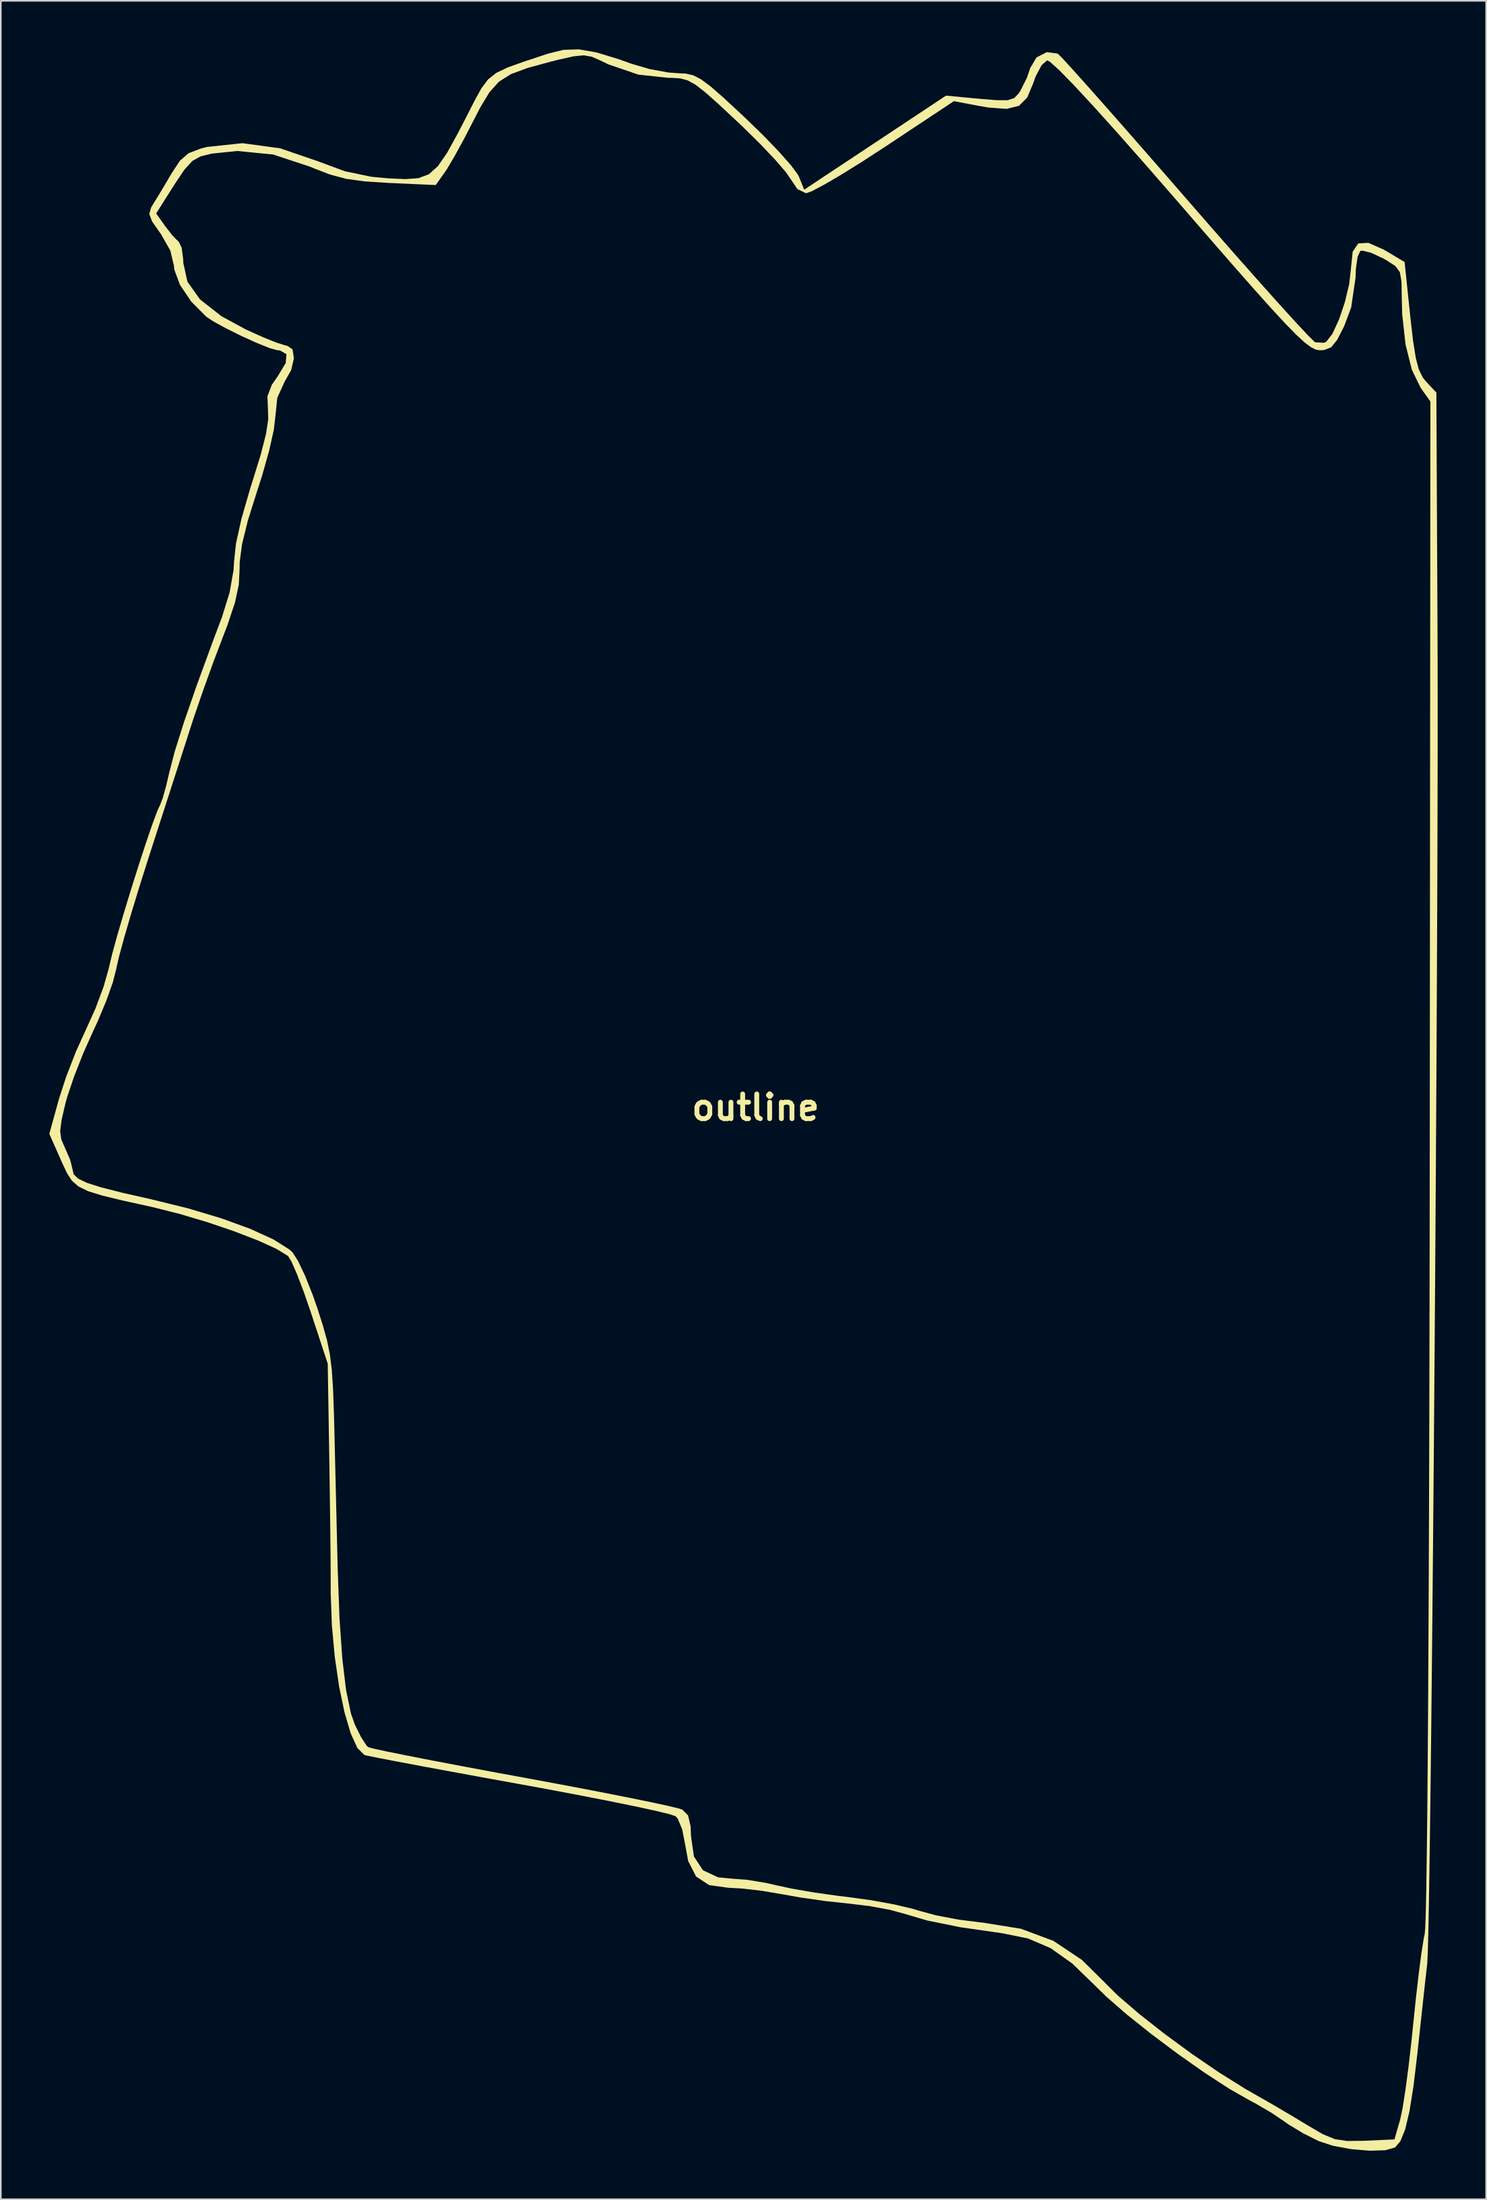
<source format=kicad_pcb>
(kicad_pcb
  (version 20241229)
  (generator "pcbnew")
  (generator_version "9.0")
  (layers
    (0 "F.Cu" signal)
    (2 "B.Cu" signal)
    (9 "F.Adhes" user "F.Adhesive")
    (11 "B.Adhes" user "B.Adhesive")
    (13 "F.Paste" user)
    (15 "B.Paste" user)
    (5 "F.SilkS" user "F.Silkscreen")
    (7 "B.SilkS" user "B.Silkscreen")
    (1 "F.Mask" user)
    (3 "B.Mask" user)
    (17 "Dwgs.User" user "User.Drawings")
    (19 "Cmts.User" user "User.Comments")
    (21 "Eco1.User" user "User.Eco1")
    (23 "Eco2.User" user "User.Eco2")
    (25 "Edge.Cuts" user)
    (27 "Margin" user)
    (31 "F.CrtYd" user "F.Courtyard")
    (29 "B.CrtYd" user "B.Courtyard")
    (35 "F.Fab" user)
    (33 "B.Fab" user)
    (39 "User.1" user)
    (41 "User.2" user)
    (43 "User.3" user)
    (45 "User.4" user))
  (footprint "outline"
    (layer "F.Cu")
    (at 43.671 65.405)
    (property "Reference" "outline" (at 0 0 0) (layer "F.SilkS") (effects (font (size 1.524 1.524) (thickness 0.3))))
    (attr board_only exclude_from_pos_files exclude_from_bom)
    (fp_poly (pts (xy -9.835 -65.215) (xy -8.438 -64.788) (xy -7.706 -64.525) (xy -6.57 -64.191) (xy -5.404 -63.975) (xy -4.852 -63.933) (xy -4.323 -63.908) (xy -3.863 -63.803) (xy -3.379 -63.558) (xy -2.779 -63.113) (xy -1.97 -62.405) (xy -0.859 -61.374) (xy -0.611 -61.141) (xy 0.489 -60.073) (xy 1.453 -59.071) (xy 2.194 -58.232) (xy 2.623 -57.651) (xy 2.676 -57.547) (xy 3.006 -56.731) (xy 7.391 -59.637) (xy 11.775 -62.543) (xy 13.852 -62.348) (xy 14.932 -62.26) (xy 15.593 -62.263) (xy 15.984 -62.388) (xy 16.252 -62.662) (xy 16.364 -62.827) (xy 16.775 -63.641) (xy 16.986 -64.258) (xy 17.371 -64.902) (xy 18.005 -65.234) (xy 18.673 -65.142) (xy 18.699 -65.127) (xy 18.954 -64.874) (xy 19.54 -64.236) (xy 20.416 -63.26) (xy 21.541 -61.993) (xy 22.873 -60.481) (xy 24.371 -58.771) (xy 25.993 -56.911) (xy 26.62 -56.19) (xy 28.279 -54.286) (xy 29.833 -52.518) (xy 31.239 -50.932) (xy 32.455 -49.574) (xy 33.441 -48.492) (xy 34.153 -47.732) (xy 34.55 -47.34) (xy 34.609 -47.297) (xy 35.137 -47.267) (xy 35.287 -47.33) (xy 35.669 -47.823) (xy 36.074 -48.701) (xy 36.44 -49.786) (xy 36.707 -50.897) (xy 36.816 -51.855) (xy 36.816 -51.89) (xy 36.921 -52.896) (xy 37.265 -53.408) (xy 37.891 -53.445) (xy 38.84 -53.027) (xy 39.019 -52.923) (xy 40.132 -52.259) (xy 40.482 -48.897) (xy 40.656 -47.382) (xy 40.824 -46.324) (xy 41.015 -45.608) (xy 41.255 -45.122) (xy 41.464 -44.862) (xy 42.096 -44.19) (xy 42.167 -29.587) (xy 42.174 -27.294) (xy 42.177 -24.616) (xy 42.175 -21.591) (xy 42.168 -18.261) (xy 42.157 -14.662) (xy 42.142 -10.836) (xy 42.124 -6.822) (xy 42.103 -2.658) (xy 42.078 1.616) (xy 42.051 5.96) (xy 42.022 10.336) (xy 41.99 14.703) (xy 41.957 19.023) (xy 41.923 23.256) (xy 41.887 27.363) (xy 41.851 31.305) (xy 41.814 35.042) (xy 41.777 38.534) (xy 41.74 41.743) (xy 41.703 44.63) (xy 41.667 47.154) (xy 41.632 49.277) (xy 41.599 50.958) (xy 41.567 52.16) (xy 41.537 52.842) (xy 41.529 52.94) (xy 41.435 53.761) (xy 41.299 54.994) (xy 41.137 56.483) (xy 40.966 58.074) (xy 40.935 58.363) (xy 40.686 60.459) (xy 40.434 62.043) (xy 40.166 63.171) (xy 39.867 63.902) (xy 39.543 64.28) (xy 38.942 64.453) (xy 37.98 64.484) (xy 36.844 64.389) (xy 35.721 64.183) (xy 34.824 63.892) (xy 33.842 63.397) (xy 32.924 62.84) (xy 32.683 62.669) (xy 31.883 62.129) (xy 30.896 61.553) (xy 30.537 61.364) (xy 29.293 60.656) (xy 27.778 59.672) (xy 26.126 58.511) (xy 24.47 57.272) (xy 22.943 56.053) (xy 21.68 54.955) (xy 21.014 54.3) (xy 19.582 52.913) (xy 18.243 51.962) (xy 16.855 51.367) (xy 15.272 51.044) (xy 15.269 51.044) (xy 12.661 50.669) (xy 10.598 50.25) (xy 9.201 49.837) (xy 8.297 49.592) (xy 7.081 49.368) (xy 5.812 49.212) (xy 5.776 49.209) (xy 4.346 49.055) (xy 2.807 48.836) (xy 1.622 48.627) (xy 0.382 48.417) (xy -0.864 48.274) (xy -1.681 48.231) (xy -2.868 48.067) (xy -3.678 47.536) (xy -4.167 46.579) (xy -4.359 45.538) (xy -4.535 44.627) (xy -4.808 43.967) (xy -4.948 43.806) (xy -5.327 43.68) (xy -6.199 43.469) (xy -7.492 43.189) (xy -9.138 42.854) (xy -11.067 42.478) (xy -13.208 42.075) (xy -14.609 41.82) (xy -16.841 41.415) (xy -18.9 41.037) (xy -20.717 40.701) (xy -22.222 40.417) (xy -23.348 40.201) (xy -24.023 40.064) (xy -24.187 40.024) (xy -24.619 39.596) (xy -25.036 38.686) (xy -25.42 37.384) (xy -25.754 35.781) (xy -26.019 33.965) (xy -26.198 32.026) (xy -26.272 30.054) (xy -26.273 29.588) (xy -26.274 28.758) (xy -26.284 27.476) (xy -26.301 25.863) (xy -26.325 24.037) (xy -26.353 22.117) (xy -26.358 21.833) (xy -26.455 15.839) (xy -27.501 12.66) (xy -27.944 11.38) (xy -28.362 10.291) (xy -28.704 9.514) (xy -28.911 9.179) (xy -29.633 8.737) (xy -30.788 8.212) (xy -32.253 7.648) (xy -33.904 7.088) (xy -35.618 6.578) (xy -37.272 6.161) (xy -37.42 6.129) (xy -39.14 5.749) (xy -40.394 5.446) (xy -41.274 5.173) (xy -41.871 4.881) (xy -42.277 4.524) (xy -42.582 4.053) (xy -42.878 3.42) (xy -42.955 3.247) (xy -43.671 1.628) (xy -43.627 1.469) (xy -43.001 1.469) (xy -42.931 1.972) (xy -42.707 2.489) (xy -42.692 2.519) (xy -42.38 3.242) (xy -42.239 3.804) (xy -42.238 3.829) (xy -42.164 4.13) (xy -41.892 4.397) (xy -41.35 4.657) (xy -40.465 4.938) (xy -39.166 5.268) (xy -37.379 5.673) (xy -37.341 5.681) (xy -35.097 6.233) (xy -33.035 6.851) (xy -31.244 7.503) (xy -29.813 8.155) (xy -28.833 8.773) (xy -28.643 8.944) (xy -28.299 9.471) (xy -27.859 10.397) (xy -27.389 11.572) (xy -27.095 12.415) (xy -26.751 13.491) (xy -26.499 14.397) (xy -26.323 15.263) (xy -26.205 16.217) (xy -26.127 17.391) (xy -26.072 18.913) (xy -26.037 20.263) (xy -25.991 22.211) (xy -25.942 24.257) (xy -25.895 26.211) (xy -25.855 27.881) (xy -25.839 28.539) (xy -25.728 31.58) (xy -25.555 34.07) (xy -25.32 36.025) (xy -25.019 37.462) (xy -24.783 38.137) (xy -24.402 38.905) (xy -24.062 39.432) (xy -23.953 39.539) (xy -23.612 39.632) (xy -22.777 39.812) (xy -21.516 40.066) (xy -19.898 40.382) (xy -17.991 40.744) (xy -15.862 41.142) (xy -14.361 41.417) (xy -12.109 41.834) (xy -10.021 42.231) (xy -8.169 42.594) (xy -6.622 42.908) (xy -5.45 43.16) (xy -4.725 43.336) (xy -4.527 43.401) (xy -4.172 43.761) (xy -4.015 44.441) (xy -3.996 45.012) (xy -3.813 46.293) (xy -3.257 47.146) (xy -2.311 47.587) (xy -1.534 47.661) (xy -0.533 47.737) (xy 0.659 47.933) (xy 1.279 48.075) (xy 2.289 48.293) (xy 3.639 48.524) (xy 5.099 48.73) (xy 5.712 48.803) (xy 7.142 48.999) (xy 8.557 49.257) (xy 9.73 49.534) (xy 10.11 49.651) (xy 11.179 49.939) (xy 12.541 50.197) (xy 13.916 50.373) (xy 14.039 50.383) (xy 16.413 50.765) (xy 18.421 51.515) (xy 20.175 52.687) (xy 21.464 53.96) (xy 22.397 54.89) (xy 23.705 56.014) (xy 25.266 57.243) (xy 26.96 58.485) (xy 28.667 59.651) (xy 30.266 60.651) (xy 30.822 60.97) (xy 31.947 61.611) (xy 33.227 62.364) (xy 34.104 62.895) (xy 35.074 63.461) (xy 35.815 63.768) (xy 36.571 63.882) (xy 37.584 63.871) (xy 37.66 63.868) (xy 39.504 63.785) (xy 39.857 62.561) (xy 40.007 61.854) (xy 40.186 60.71) (xy 40.379 59.258) (xy 40.565 57.629) (xy 40.659 56.711) (xy 40.829 55.064) (xy 41.005 53.545) (xy 41.171 52.276) (xy 41.312 51.382) (xy 41.376 51.085) (xy 41.41 50.673) (xy 41.443 49.711) (xy 41.475 48.219) (xy 41.504 46.217) (xy 41.533 43.726) (xy 41.559 40.766) (xy 41.583 37.358) (xy 41.605 33.521) (xy 41.625 29.277) (xy 41.643 24.646) (xy 41.658 19.648) (xy 41.67 14.304) (xy 41.68 8.634) (xy 41.686 3.225) (xy 41.727 -43.636) (xy 41.124 -44.484) (xy 40.579 -45.603) (xy 40.191 -47.158) (xy 39.983 -49.029) (xy 39.955 -50.073) (xy 39.94 -51.047) (xy 39.839 -51.631) (xy 39.565 -52.006) (xy 39.034 -52.354) (xy 38.815 -52.477) (xy 38.074 -52.826) (xy 37.522 -52.965) (xy 37.388 -52.941) (xy 37.224 -52.577) (xy 37.119 -51.837) (xy 37.098 -51.283) (xy 36.827 -49.446) (xy 36.398 -48.303) (xy 35.958 -47.439) (xy 35.587 -46.987) (xy 35.159 -46.82) (xy 34.878 -46.804) (xy 34.639 -46.845) (xy 34.345 -46.991) (xy 33.959 -47.281) (xy 33.445 -47.752) (xy 32.769 -48.442) (xy 31.892 -49.388) (xy 30.78 -50.629) (xy 29.396 -52.202) (xy 27.704 -54.144) (xy 26.263 -55.808) (xy 24.18 -58.2) (xy 22.372 -60.245) (xy 20.856 -61.928) (xy 19.645 -63.231) (xy 18.756 -64.138) (xy 18.204 -64.633) (xy 18.025 -64.725) (xy 17.682 -64.419) (xy 17.32 -63.733) (xy 17.162 -63.297) (xy 16.796 -62.422) (xy 16.287 -61.914) (xy 15.522 -61.725) (xy 14.387 -61.81) (xy 13.766 -61.917) (xy 12.263 -62.203) (xy 7.967 -59.355) (xy 6.554 -58.438) (xy 5.275 -57.644) (xy 4.215 -57.024) (xy 3.462 -56.629) (xy 3.12 -56.508) (xy 2.585 -56.767) (xy 2.213 -57.321) (xy 1.877 -57.81) (xy 1.207 -58.586) (xy 0.292 -59.55) (xy -0.78 -60.607) (xy -1.078 -60.888) (xy -2.243 -61.976) (xy -3.09 -62.732) (xy -3.711 -63.216) (xy -4.203 -63.488) (xy -4.66 -63.61) (xy -5.176 -63.642) (xy -5.387 -63.643) (xy -7.245 -63.842) (xy -9.1 -64.476) (xy -9.62 -64.725) (xy -10.135 -64.952) (xy -10.62 -65.036) (xy -11.248 -64.975) (xy -12.193 -64.764) (xy -12.616 -64.657) (xy -14.082 -64.26) (xy -15.122 -63.876) (xy -15.872 -63.404) (xy -16.466 -62.742) (xy -17.038 -61.787) (xy -17.445 -60.995) (xy -18.042 -59.841) (xy -18.618 -58.791) (xy -19.076 -58.016) (xy -19.198 -57.833) (xy -19.775 -57.017) (xy -22.659 -57.146) (xy -24.163 -57.242) (xy -25.31 -57.4) (xy -26.313 -57.665) (xy -27.384 -58.08) (xy -27.54 -58.148) (xy -29.829 -58.904) (xy -32.047 -59.123) (xy -33.631 -58.96) (xy -34.319 -58.79) (xy -34.831 -58.502) (xy -35.315 -57.971) (xy -35.919 -57.073) (xy -35.967 -56.996) (xy -37.065 -55.261) (xy -36.499 -54.466) (xy -36.036 -53.874) (xy -35.678 -53.514) (xy -35.661 -53.503) (xy -35.486 -53.134) (xy -35.393 -52.429) (xy -35.389 -52.22) (xy -35.132 -51.044) (xy -34.351 -49.946) (xy -33.029 -48.911) (xy -31.513 -48.087) (xy -30.477 -47.62) (xy -29.604 -47.27) (xy -29.048 -47.098) (xy -28.976 -47.09) (xy -28.632 -46.867) (xy -28.548 -46.31) (xy -28.713 -45.59) (xy -29.11 -44.885) (xy -29.575 -43.87) (xy -29.681 -42.828) (xy -29.785 -41.914) (xy -30.076 -40.605) (xy -30.521 -39.033) (xy -30.817 -38.116) (xy -31.4 -36.261) (xy -31.754 -34.822) (xy -31.901 -33.703) (xy -31.906 -33.278) (xy -31.955 -32.31) (xy -32.191 -31.212) (xy -32.651 -29.832) (xy -32.928 -29.11) (xy -33.526 -27.539) (xy -34.167 -25.761) (xy -34.738 -24.098) (xy -34.872 -23.688) (xy -35.242 -22.539) (xy -35.742 -20.989) (xy -36.326 -19.18) (xy -36.948 -17.253) (xy -37.542 -15.411) (xy -38.105 -13.637) (xy -38.615 -11.964) (xy -39.042 -10.499) (xy -39.355 -9.349) (xy -39.523 -8.62) (xy -39.532 -8.562) (xy -39.744 -7.734) (xy -40.151 -6.591) (xy -40.681 -5.322) (xy -40.966 -4.709) (xy -41.577 -3.344) (xy -42.142 -1.909) (xy -42.568 -0.645) (xy -42.676 -0.25) (xy -42.917 0.79) (xy -43.001 1.469) (xy -43.627 1.469) (xy -43.071 -0.542) (xy -42.621 -1.925) (xy -42.019 -3.471) (xy -41.393 -4.845) (xy -41.39 -4.852) (xy -40.817 -6.121) (xy -40.317 -7.466) (xy -39.99 -8.614) (xy -39.972 -8.704) (xy -39.782 -9.499) (xy -39.469 -10.637) (xy -39.068 -12.006) (xy -38.614 -13.492) (xy -38.144 -14.981) (xy -37.693 -16.361) (xy -37.296 -17.518) (xy -36.99 -18.339) (xy -36.825 -18.693) (xy -36.662 -19.109) (xy -36.443 -19.898) (xy -36.258 -20.691) (xy -35.917 -22.003) (xy -35.347 -23.812) (xy -34.545 -26.123) (xy -33.511 -28.944) (xy -32.986 -30.336) (xy -32.524 -31.83) (xy -32.276 -33.235) (xy -32.249 -33.736) (xy -32.131 -34.849) (xy -31.79 -36.391) (xy -31.247 -38.273) (xy -31.119 -38.672) (xy -30.592 -40.376) (xy -30.27 -41.643) (xy -30.133 -42.561) (xy -30.153 -43.168) (xy -30.183 -43.965) (xy -29.913 -44.67) (xy -29.547 -45.198) (xy -29.052 -46.017) (xy -29.008 -46.562) (xy -29.416 -46.797) (xy -29.554 -46.804) (xy -30.022 -46.929) (xy -30.823 -47.249) (xy -31.79 -47.687) (xy -32.756 -48.165) (xy -33.553 -48.603) (xy -33.964 -48.877) (xy -34.895 -49.814) (xy -35.592 -50.844) (xy -35.945 -51.795) (xy -35.967 -52.035) (xy -36.19 -52.968) (xy -36.778 -54.001) (xy -36.823 -54.061) (xy -37.319 -54.769) (xy -37.488 -55.229) (xy -37.382 -55.622) (xy -37.291 -55.774) (xy -36.927 -56.363) (xy -36.424 -57.205) (xy -36.137 -57.695) (xy -35.603 -58.513) (xy -35.067 -58.982) (xy -34.299 -59.275) (xy -33.916 -59.373) (xy -31.731 -59.604) (xy -29.399 -59.288) (xy -27.102 -58.502) (xy -25.396 -57.87) (xy -23.759 -57.529) (xy -22.752 -57.434) (xy -21.663 -57.383) (xy -20.845 -57.442) (xy -20.205 -57.683) (xy -19.648 -58.179) (xy -19.08 -59.001) (xy -18.407 -60.221) (xy -17.943 -61.119) (xy -17.382 -62.219) (xy -16.952 -62.999) (xy -16.543 -63.545) (xy -16.044 -63.943) (xy -15.347 -64.279) (xy -14.341 -64.64) (xy -12.918 -65.11) (xy -12.816 -65.144) (xy -11.878 -65.375) (xy -10.933 -65.405)) (stroke (width 0) (type solid)) (fill yes) (layer "F.SilkS")))
  (gr_rect
    (start -3 -3)
    (end 88.848 132.889)
    (stroke (width 0.1) (type default))
    (fill no)
    (layer "Edge.Cuts")))
</source>
